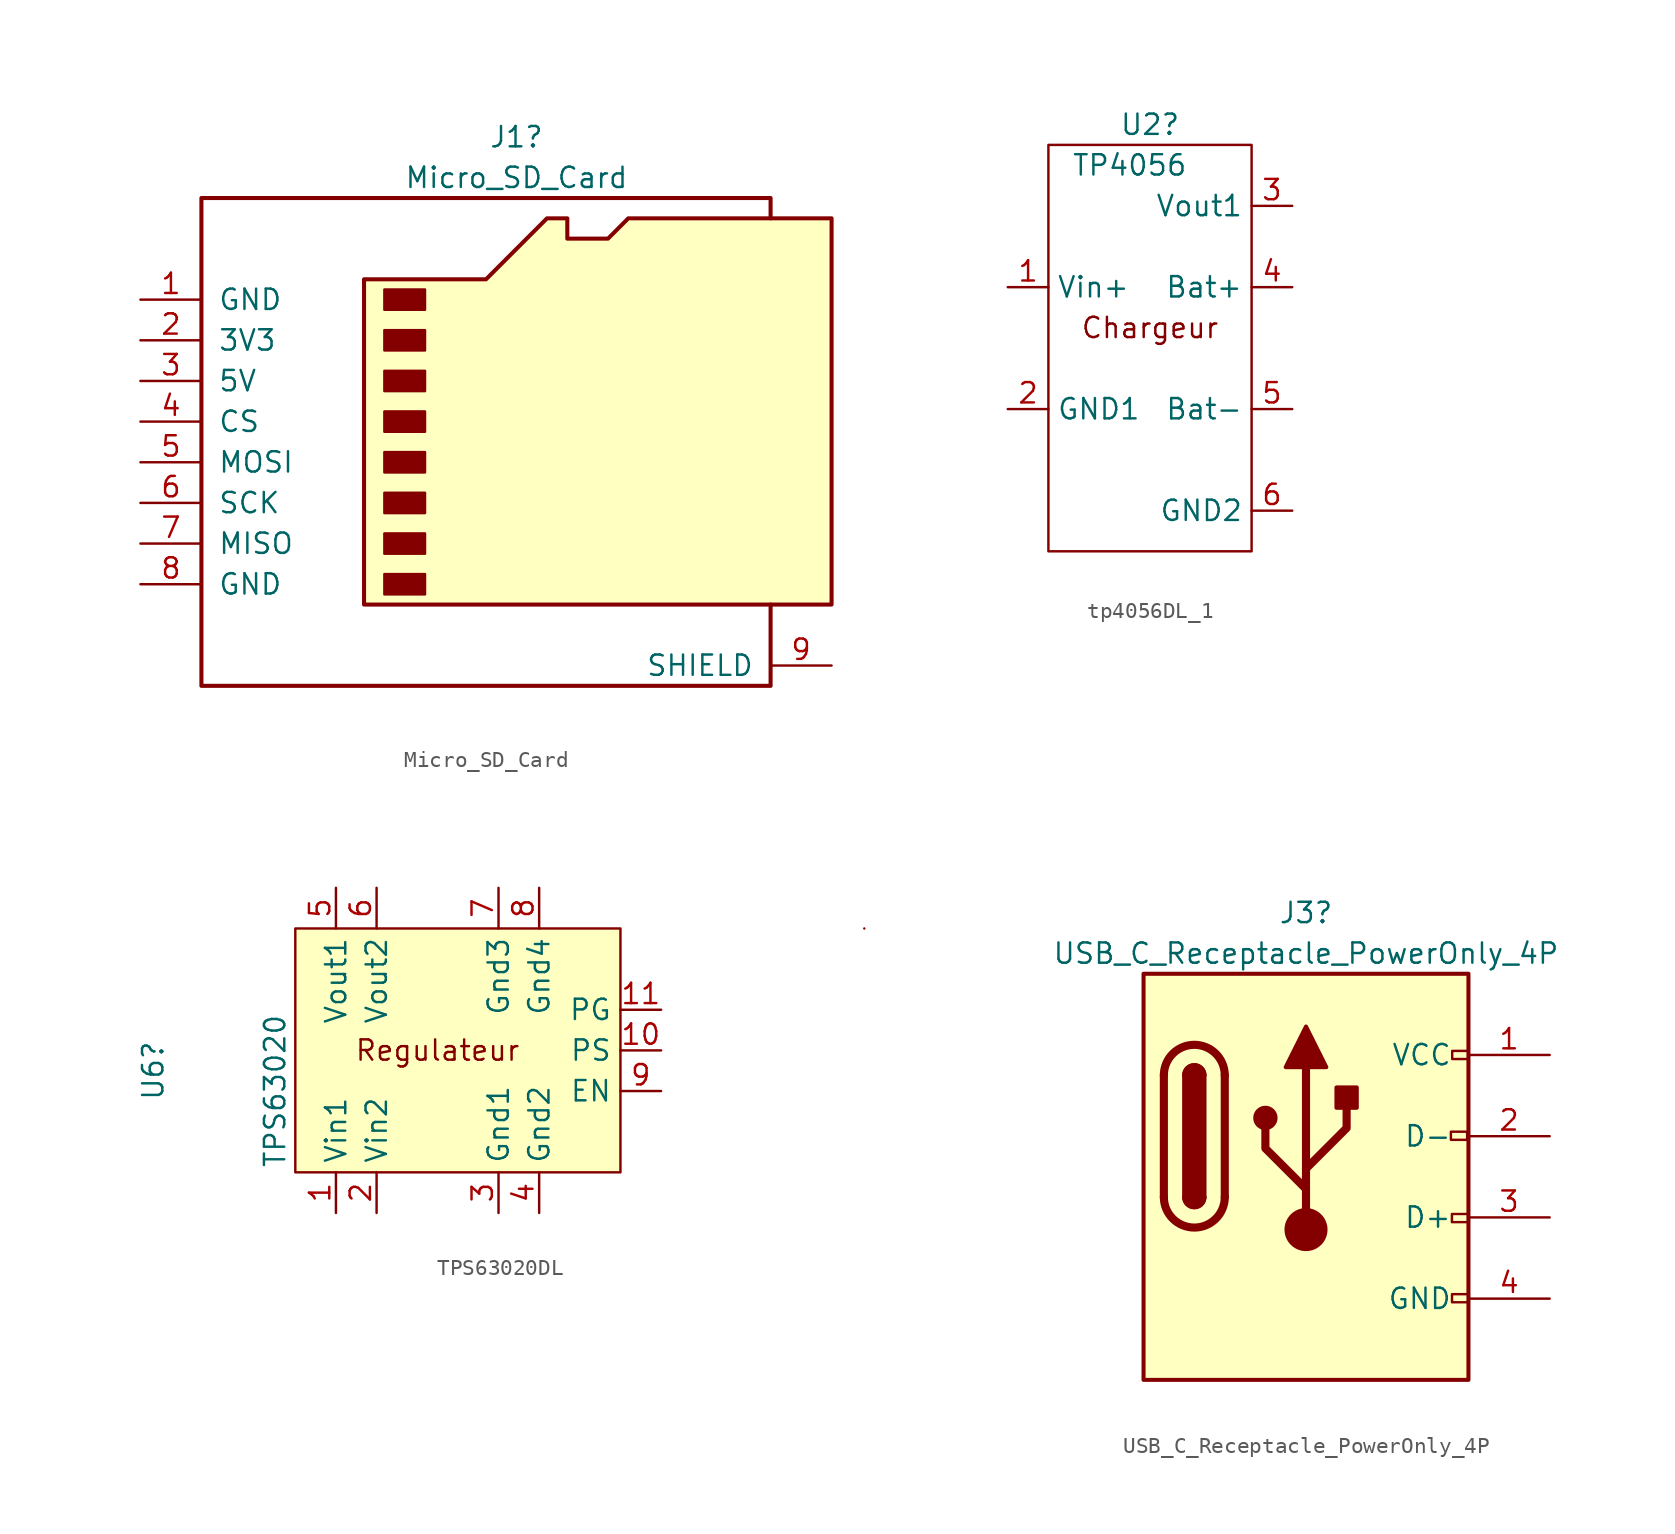
<source format=kicad_sym>
(kicad_symbol_lib
  (version 20220914)
  (generator kicad_symbol_editor)
  (symbol "Micro_SD_Card"
    (pin_names
      (offset 1.016))
    (property "Reference" "J1"
      (at 0.635 17.78 0)
      (effects (font (size 1.27 1.27))))
    (property "Value" "Micro_SD_Card"
      (at 0.635 15.24 0)
      (effects (font (size 1.27 1.27))))
    (symbol "Micro_SD_Card_0_1"
      (rectangle (start -7.62 -9.525) (end -5.08 -10.795) (stroke (width 0) (type default)) (fill (type outline)))
      (rectangle (start -7.62 -6.985) (end -5.08 -8.255) (stroke (width 0) (type default)) (fill (type outline)))
      (rectangle (start -7.62 -4.445) (end -5.08 -5.715) (stroke (width 0) (type default)) (fill (type outline)))
      (rectangle (start -7.62 -1.905) (end -5.08 -3.175) (stroke (width 0) (type default)) (fill (type outline)))
      (rectangle (start -7.62 0.635) (end -5.08 -0.635) (stroke (width 0) (type default)) (fill (type outline)))
      (rectangle (start -7.62 3.175) (end -5.08 1.905) (stroke (width 0) (type default)) (fill (type outline)))
      (rectangle (start -7.62 5.715) (end -5.08 4.445) (stroke (width 0) (type default)) (fill (type outline)))
      (rectangle (start -7.62 8.255) (end -5.08 6.985) (stroke (width 0) (type default)) (fill (type outline)))
      (polyline (pts (xy 16.51 12.7) (xy 16.51 13.97) (xy -19.05 13.97) (xy -19.05 -16.51) (xy 16.51 -16.51) (xy 16.51 -11.43)) (stroke (width 0.254) (type default)) (fill (type none)))
      (polyline (pts (xy -8.89 -11.43) (xy -8.89 8.89) (xy -1.27 8.89) (xy 2.54 12.7) (xy 3.81 12.7) (xy 3.81 11.43) (xy 6.35 11.43) (xy 7.62 12.7) (xy 20.32 12.7) (xy 20.32 -11.43) (xy -8.89 -11.43)) (stroke (width 0.254) (type default)) (fill (type background))))
    (symbol "Micro_SD_Card_1_1"
      (pin power_in line (at -22.86 7.62 0) (length 3.81) (name "GND" (effects (font (size 1.27 1.27)))) (number "1" (effects (font (size 1.27 1.27)))))
      (pin power_in line (at -22.86 5.08 0) (length 3.81) (name "3V3" (effects (font (size 1.27 1.27)))) (number "2" (effects (font (size 1.27 1.27)))))
      (pin power_in line (at -22.86 2.54 0) (length 3.81) (name "5V" (effects (font (size 1.27 1.27)))) (number "3" (effects (font (size 1.27 1.27)))))
      (pin input line (at -22.86 0 0) (length 3.81) (name "CS" (effects (font (size 1.27 1.27)))) (number "4" (effects (font (size 1.27 1.27)))))
      (pin bidirectional line (at -22.86 -2.54 0) (length 3.81) (name "MOSI" (effects (font (size 1.27 1.27)))) (number "5" (effects (font (size 1.27 1.27)))))
      (pin input line (at -22.86 -5.08 0) (length 3.81) (name "SCK" (effects (font (size 1.27 1.27)))) (number "6" (effects (font (size 1.27 1.27)))))
      (pin bidirectional line (at -22.86 -7.62 0) (length 3.81) (name "MISO" (effects (font (size 1.27 1.27)))) (number "7" (effects (font (size 1.27 1.27)))))
      (pin power_in line (at -22.86 -10.16 0) (length 3.81) (name "GND" (effects (font (size 1.27 1.27)))) (number "8" (effects (font (size 1.27 1.27)))))
      (pin passive line (at 20.32 -15.24 180) (length 3.81) (name "SHIELD" (effects (font (size 1.27 1.27)))) (number "9" (effects (font (size 1.27 1.27)))))))
  (symbol "tp4056DL_1"
    (property "Reference" "U2"
      (at 6.35 10.16 0)
      (effects (font (size 1.27 1.27))))
    (property "Value" "TP4056"
      (at 5.08 7.62 0)
      (effects (font (size 1.27 1.27))))
    (symbol "tp4056DL_1_1_1"
      (rectangle (start 0 8.89) (end 12.7 -16.51) (stroke (width 0) (type default)) (fill (type none)))
      (text "Chargeur" (at 6.35 -2.54 0) (effects (font (size 1.27 1.27))))
      (pin power_in line (at -2.54 0 0) (length 2.54) (name "Vin+" (effects (font (size 1.27 1.27)))) (number "1" (effects (font (size 1.27 1.27)))))
      (pin power_in line (at -2.54 -7.62 0) (length 2.54) (name "GND1" (effects (font (size 1.27 1.27)))) (number "2" (effects (font (size 1.27 1.27)))))
      (pin power_out line (at 15.24 5.08 180) (length 2.54) (name "Vout1" (effects (font (size 1.27 1.27)))) (number "3" (effects (font (size 1.27 1.27)))))
      (pin power_out line (at 15.24 0 180) (length 2.54) (name "Bat+" (effects (font (size 1.27 1.27)))) (number "4" (effects (font (size 1.27 1.27)))))
      (pin power_out line (at 15.24 -7.62 180) (length 2.54) (name "Bat-" (effects (font (size 1.27 1.27)))) (number "5" (effects (font (size 1.27 1.27)))))
      (pin power_out line (at 15.24 -13.97 180) (length 2.54) (name "GND2" (effects (font (size 1.27 1.27)))) (number "6" (effects (font (size 1.27 1.27)))))))
  (symbol "TPS63020DL"
    (property "Reference" "U6"
      (at -11.43 3.81 90)
      (effects (font (size 1.27 1.27))))
    (property "Value" "TPS63020"
      (at -3.81 2.54 90)
      (effects (font (size 1.27 1.27))))
    (symbol "TPS63020DL_0_1"
      (polyline (pts (xy -2.54 12.7) (xy 17.78 12.7) (xy 17.78 -2.54) (xy -2.54 -2.54) (xy -2.54 12.7)) (stroke (width 0) (type default)) (fill (type background)))
      (rectangle (start 33.02 12.7) (end 33.02 12.7) (stroke (width 0) (type default)) (fill (type none)))
      (text "Regulateur" (at 6.35 5.08 0) (effects (font (size 1.27 1.27)))))
    (symbol "TPS63020DL_1_1"
      (pin power_in line (at 0 -5.08 90) (length 2.54) (name "Vin1" (effects (font (size 1.27 1.27)))) (number "1" (effects (font (size 1.27 1.27)))))
      (pin input line (at 20.32 5.08 180) (length 2.54) (name "PS" (effects (font (size 1.27 1.27)))) (number "10" (effects (font (size 1.27 1.27)))))
      (pin output line (at 20.32 7.62 180) (length 2.54) (name "PG" (effects (font (size 1.27 1.27)))) (number "11" (effects (font (size 1.27 1.27)))))
      (pin power_in line (at 2.54 -5.08 90) (length 2.54) (name "Vin2" (effects (font (size 1.27 1.27)))) (number "2" (effects (font (size 1.27 1.27)))))
      (pin power_in line (at 10.16 -5.08 90) (length 2.54) (name "Gnd1" (effects (font (size 1.27 1.27)))) (number "3" (effects (font (size 1.27 1.27)))))
      (pin power_in line (at 12.7 -5.08 90) (length 2.54) (name "Gnd2" (effects (font (size 1.27 1.27)))) (number "4" (effects (font (size 1.27 1.27)))))
      (pin power_out line (at 0 15.24 270) (length 2.54) (name "Vout1" (effects (font (size 1.27 1.27)))) (number "5" (effects (font (size 1.27 1.27)))))
      (pin power_out line (at 2.54 15.24 270) (length 2.54) (name "Vout2" (effects (font (size 1.27 1.27)))) (number "6" (effects (font (size 1.27 1.27)))))
      (pin power_out line (at 10.16 15.24 270) (length 2.54) (name "Gnd3" (effects (font (size 1.27 1.27)))) (number "7" (effects (font (size 1.27 1.27)))))
      (pin power_out line (at 12.7 15.24 270) (length 2.54) (name "Gnd4" (effects (font (size 1.27 1.27)))) (number "8" (effects (font (size 1.27 1.27)))))
      (pin input line (at 20.32 2.54 180) (length 2.54) (name "EN" (effects (font (size 1.27 1.27)))) (number "9" (effects (font (size 1.27 1.27)))))))
  (symbol "USB_C_Receptacle_PowerOnly_4P"
    (pin_names
      (offset 1.016))
    (property "Reference" "J3"
      (at 0 16.51 0)
      (effects (font (size 1.27 1.27))))
    (property "Value" "USB_C_Receptacle_PowerOnly_4P"
      (at 0 13.97 0)
      (effects (font (size 1.27 1.27))))
    (symbol "USB_C_Receptacle_PowerOnly_4P_0_0"
      (rectangle (start 9.062 2.821) (end 10.078 2.313) (stroke (width 0) (type default)) (fill (type none)))
      (rectangle (start 9.126 -2.327) (end 10.142 -2.835) (stroke (width 0) (type default)) (fill (type none)))
      (rectangle (start 9.132 -7.339) (end 10.148 -7.847) (stroke (width 0) (type default)) (fill (type none)))
      (rectangle (start 10.16 7.874) (end 9.144 7.366) (stroke (width 0) (type default)) (fill (type none))))
    (symbol "USB_C_Receptacle_PowerOnly_4P_0_1"
      (rectangle (start -10.16 12.7) (end 10.16 -12.7) (stroke (width 0.254) (type default)) (fill (type background)))
      (arc (start -8.89 -1.27) (mid -6.985 -3.1667) (end -5.08 -1.27) (stroke (width 0.508) (type default)) (fill (type none)))
      (arc (start -7.62 -1.27) (mid -6.985 -1.9023) (end -6.35 -1.27) (stroke (width 0.254) (type default)) (fill (type none)))
      (arc (start -7.62 -1.27) (mid -6.985 -1.9023) (end -6.35 -1.27) (stroke (width 0.254) (type default)) (fill (type outline)))
      (rectangle (start -7.62 -1.27) (end -6.35 6.35) (stroke (width 0.254) (type default)) (fill (type outline)))
      (arc (start -6.35 6.35) (mid -6.985 6.9823) (end -7.62 6.35) (stroke (width 0.254) (type default)) (fill (type none)))
      (arc (start -6.35 6.35) (mid -6.985 6.9823) (end -7.62 6.35) (stroke (width 0.254) (type default)) (fill (type outline)))
      (arc (start -5.08 6.35) (mid -6.985 8.2467) (end -8.89 6.35) (stroke (width 0.508) (type default)) (fill (type none)))
      (circle (center -2.54 3.683) (radius 0.635) (stroke (width 0.254) (type default)) (fill (type outline)))
      (circle (center 0 -3.302) (radius 1.27) (stroke (width 0) (type default)) (fill (type outline)))
      (polyline (pts (xy -8.89 -1.27) (xy -8.89 6.35)) (stroke (width 0.508) (type default)) (fill (type none)))
      (polyline (pts (xy -5.08 6.35) (xy -5.08 -1.27)) (stroke (width 0.508) (type default)) (fill (type none)))
      (polyline (pts (xy 0 -3.302) (xy 0 6.858)) (stroke (width 0.508) (type default)) (fill (type none)))
      (polyline (pts (xy 0 -0.762) (xy -2.54 1.778) (xy -2.54 3.048)) (stroke (width 0.508) (type default)) (fill (type none)))
      (polyline (pts (xy 0 0.508) (xy 2.54 3.048) (xy 2.54 4.318)) (stroke (width 0.508) (type default)) (fill (type none)))
      (polyline (pts (xy -1.27 6.858) (xy 0 9.398) (xy 1.27 6.858) (xy -1.27 6.858)) (stroke (width 0.254) (type default)) (fill (type outline)))
      (rectangle (start 1.905 4.318) (end 3.175 5.588) (stroke (width 0.254) (type default)) (fill (type outline))))
    (symbol "USB_C_Receptacle_PowerOnly_4P_1_1"
      (pin power_out line (at 15.24 7.62 180) (length 5.08) (name "VCC" (effects (font (size 1.27 1.27)))) (number "1" (effects (font (size 1.27 1.27)))))
      (pin bidirectional line (at 15.24 2.54 180) (length 5.08) (name "D-" (effects (font (size 1.27 1.27)))) (number "2" (effects (font (size 1.27 1.27)))))
      (pin bidirectional line (at 15.24 -2.54 180) (length 5.08) (name "D+" (effects (font (size 1.27 1.27)))) (number "3" (effects (font (size 1.27 1.27)))))
      (pin bidirectional line (at 15.24 -7.62 180) (length 5.08) (name "GND" (effects (font (size 1.27 1.27)))) (number "4" (effects (font (size 1.27 1.27))))))))
</source>
